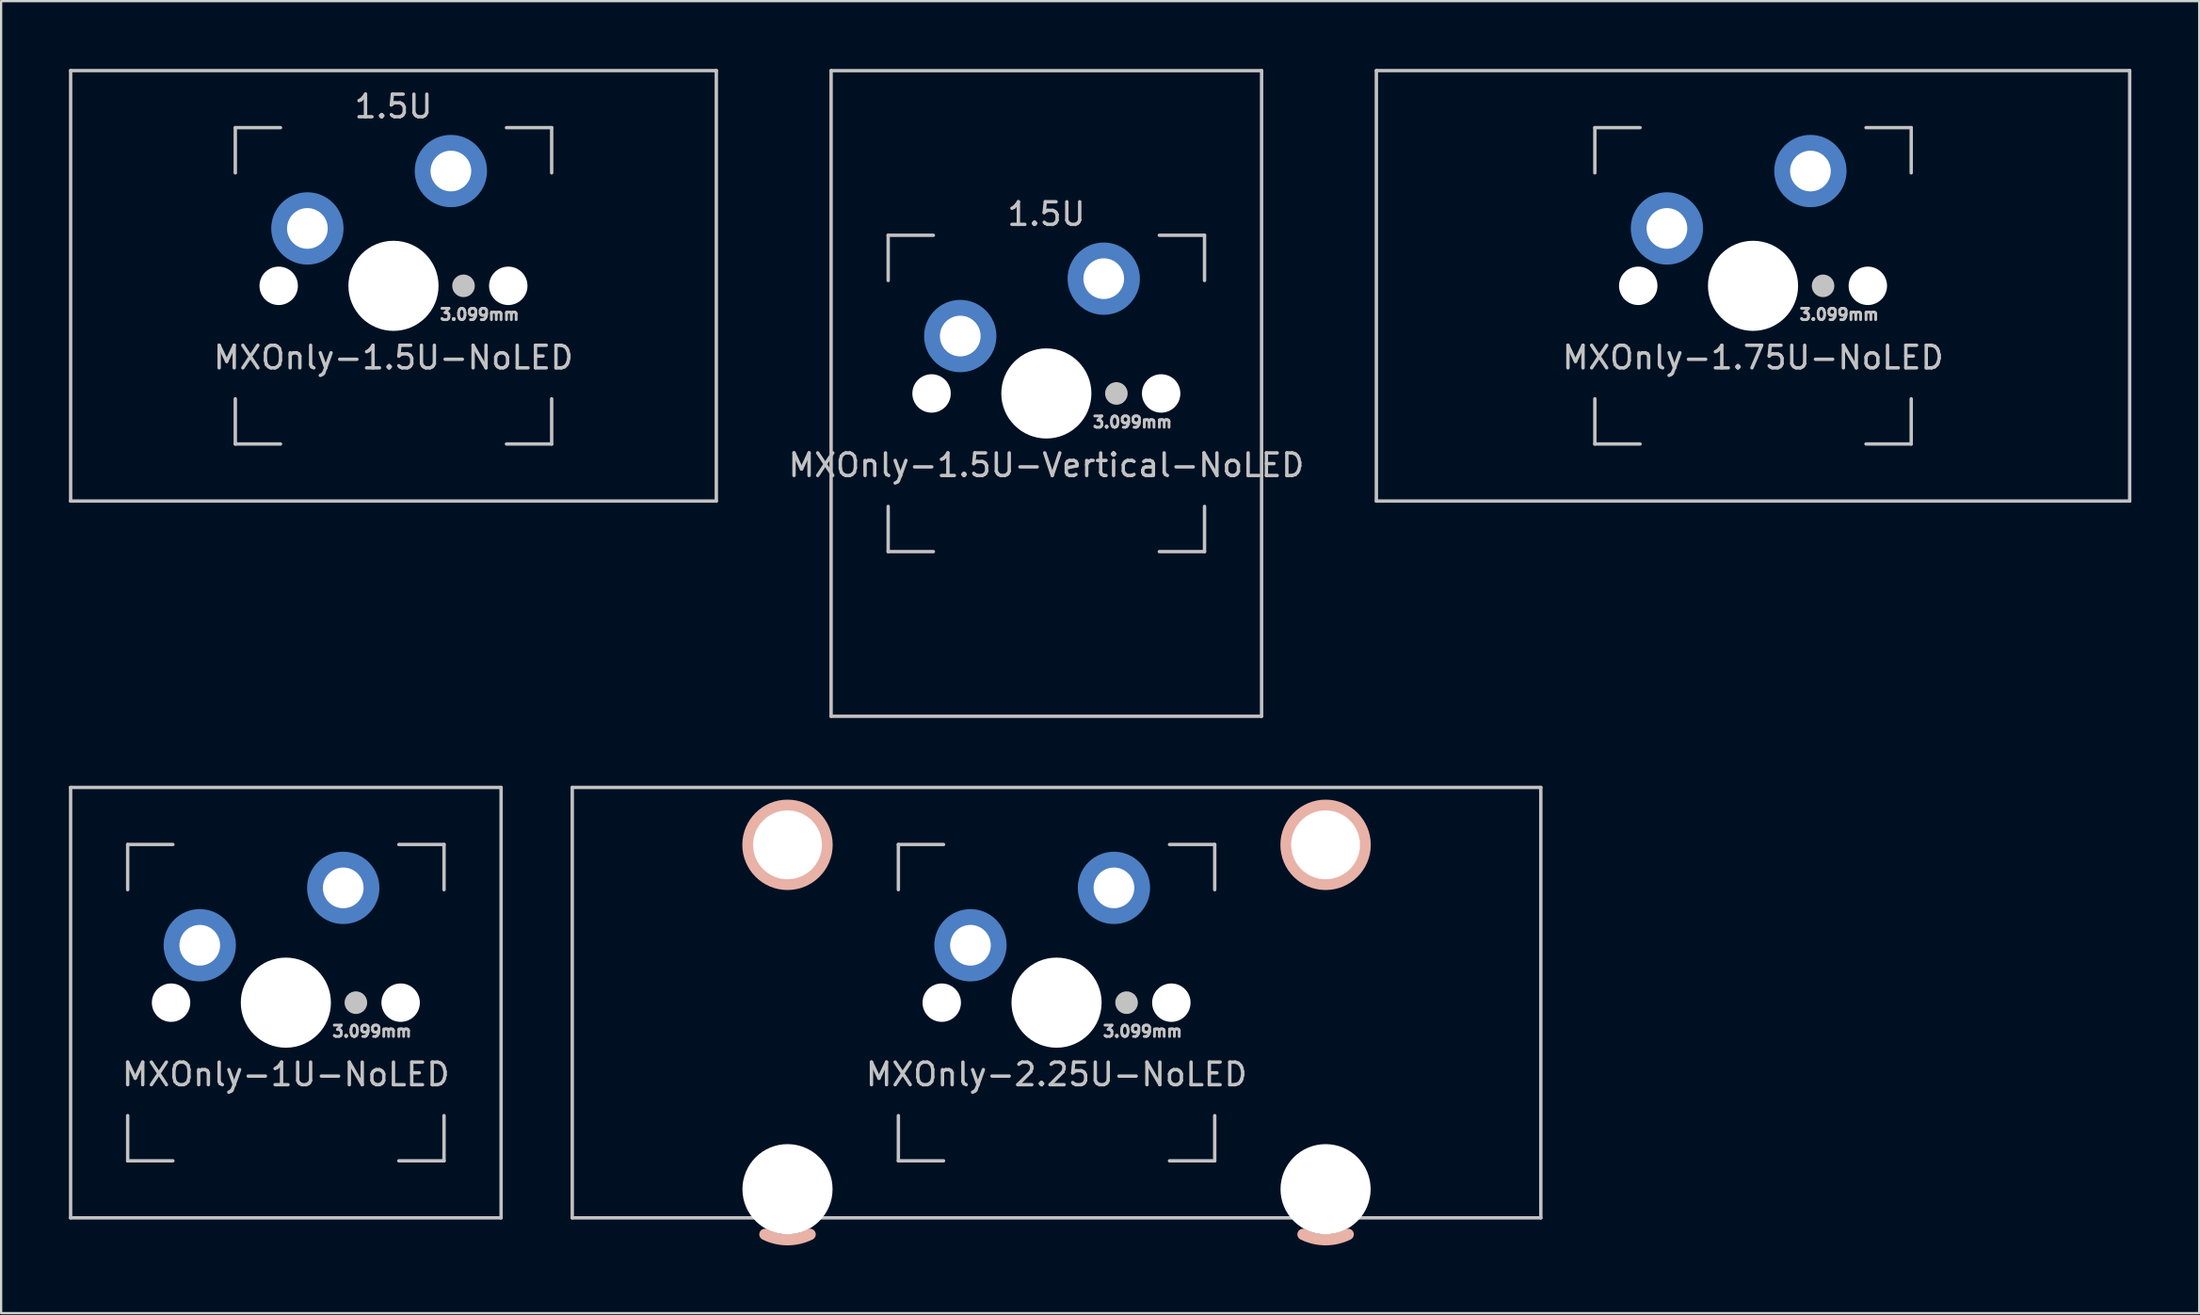
<source format=kicad_pcb>
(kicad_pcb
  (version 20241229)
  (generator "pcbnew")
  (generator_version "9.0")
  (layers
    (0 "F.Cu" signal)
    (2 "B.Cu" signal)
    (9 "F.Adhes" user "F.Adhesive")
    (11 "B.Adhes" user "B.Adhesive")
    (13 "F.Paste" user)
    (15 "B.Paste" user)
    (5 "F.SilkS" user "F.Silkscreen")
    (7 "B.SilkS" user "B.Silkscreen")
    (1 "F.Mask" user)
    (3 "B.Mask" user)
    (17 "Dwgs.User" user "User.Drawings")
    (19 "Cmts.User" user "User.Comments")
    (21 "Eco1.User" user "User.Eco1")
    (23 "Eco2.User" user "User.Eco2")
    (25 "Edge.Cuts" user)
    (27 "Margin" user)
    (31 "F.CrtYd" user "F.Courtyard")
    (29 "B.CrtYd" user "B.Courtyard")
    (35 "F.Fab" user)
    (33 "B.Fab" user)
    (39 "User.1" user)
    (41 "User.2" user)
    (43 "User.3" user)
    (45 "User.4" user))
  (footprint "MXOnly-2.25U-NoLED"
    (layer "F.Cu")
    (at 43.706 41.325)
    (property "Reference" "MXOnly-2.25U-NoLED" (at 0 3.175 0) (layer "Dwgs.User") (effects (font (size 1 1) (thickness 0.15))))
    (attr through_hole)
    (fp_arc (start -10.90625 10.255) (mid -11.905663 10.491068) (end -12.905199 10.255525) (stroke (width 0.5) (type solid)) (layer "B.SilkS"))
    (fp_arc (start 12.90625 10.255) (mid 11.906837 10.491068) (end 10.907301 10.255525) (stroke (width 0.5) (type solid)) (layer "B.SilkS"))
    (fp_circle (center -11.906 -6.985) (end -10.156 -6.985) (stroke (width 0.5) (type solid)) (fill no) (layer "B.SilkS"))
    (fp_circle (center 11.906 -6.985) (end 13.656 -6.985) (stroke (width 0.5) (type solid)) (fill no) (layer "B.SilkS"))
    (fp_line (start -21.431 -9.525) (end 21.431 -9.525) (stroke (width 0.15) (type solid)) (layer "Dwgs.User"))
    (fp_line (start -21.431 9.525) (end -21.431 -9.525) (stroke (width 0.15) (type solid)) (layer "Dwgs.User"))
    (fp_line (start -21.431 9.525) (end 21.431 9.525) (stroke (width 0.15) (type solid)) (layer "Dwgs.User"))
    (fp_line (start -7 -7) (end -7 -5) (stroke (width 0.15) (type solid)) (layer "Dwgs.User"))
    (fp_line (start -7 5) (end -7 7) (stroke (width 0.15) (type solid)) (layer "Dwgs.User"))
    (fp_line (start -7 7) (end -5 7) (stroke (width 0.15) (type solid)) (layer "Dwgs.User"))
    (fp_line (start -5 -7) (end -7 -7) (stroke (width 0.15) (type solid)) (layer "Dwgs.User"))
    (fp_line (start 5 -7) (end 7 -7) (stroke (width 0.15) (type solid)) (layer "Dwgs.User"))
    (fp_line (start 5 7) (end 7 7) (stroke (width 0.15) (type solid)) (layer "Dwgs.User"))
    (fp_line (start 7 -7) (end 7 -5) (stroke (width 0.15) (type solid)) (layer "Dwgs.User"))
    (fp_line (start 7 7) (end 7 5) (stroke (width 0.15) (type solid)) (layer "Dwgs.User"))
    (fp_line (start 21.431 -9.525) (end 21.431 9.525) (stroke (width 0.15) (type solid)) (layer "Dwgs.User"))
    (fp_text user "3.099mm" (at 3.81 1.27 0) (layer "Dwgs.User") (effects (font (size 0.5 0.5) (thickness 0.125))))
    (pad "" np_thru_hole circle (at -11.906 -6.985) (size 3.048 3.048) (drill 3.048) (layers "*.Cu" "*.Mask"))
    (pad "" np_thru_hole circle (at -11.906 8.255) (size 3.988 3.988) (drill 3.988) (layers "*.Cu" "*.Mask"))
    (pad "" np_thru_hole circle (at -5.08 0 48.099) (size 1.7 1.7) (drill 1.7) (layers "*.Cu" "*.Mask"))
    (pad "" smd circle (at -3.81 -2.54) (size 2.8 2.8) (layers "B.Mask"))
    (pad "" np_thru_hole circle (at 0 0) (size 3.988 3.988) (drill 3.988) (layers "*.Cu" "*.Mask"))
    (pad "" smd circle (at 2.54 -5.08) (size 2.8 2.8) (layers "B.Mask"))
    (pad "" smd circle (at 3.099 0) (size 1 1) (layers "Dwgs.User"))
    (pad "" np_thru_hole circle (at 5.08 0 48.099) (size 1.7 1.7) (drill 1.7) (layers "*.Cu" "*.Mask"))
    (pad "" np_thru_hole circle (at 11.906 -6.985) (size 3.048 3.048) (drill 3.048) (layers "*.Cu" "*.Mask"))
    (pad "" np_thru_hole circle (at 11.906 8.255) (size 3.988 3.988) (drill 3.988) (layers "*.Cu" "*.Mask"))
    (pad "1" thru_hole circle (at -3.81 -2.54) (size 2.4 2.4) (drill 1.8) (layers "*.Cu"))
    (pad "1" connect circle (at -3.81 -2.54) (size 3.2 3.2) (layers "B.Cu"))
    (pad "2" thru_hole circle (at 2.54 -5.08) (size 2.4 2.4) (drill 1.8) (layers "*.Cu"))
    (pad "2" connect circle (at 2.54 -5.08) (size 3.2 3.2) (layers "B.Cu")))
  (footprint "MXOnly-1.5U-NoLED"
    (layer "F.Cu")
    (at 14.363 9.6)
    (property "Reference" "MXOnly-1.5U-NoLED" (at 0 3.175 0) (layer "Dwgs.User") (effects (font (size 1 1) (thickness 0.15))))
    (attr through_hole)
    (fp_line (start -14.287 -9.525) (end 14.287 -9.525) (stroke (width 0.15) (type solid)) (layer "Dwgs.User"))
    (fp_line (start -14.287 9.525) (end -14.287 -9.525) (stroke (width 0.15) (type solid)) (layer "Dwgs.User"))
    (fp_line (start -14.287 9.525) (end 14.287 9.525) (stroke (width 0.15) (type solid)) (layer "Dwgs.User"))
    (fp_line (start -7 -7) (end -7 -5) (stroke (width 0.15) (type solid)) (layer "Dwgs.User"))
    (fp_line (start -7 5) (end -7 7) (stroke (width 0.15) (type solid)) (layer "Dwgs.User"))
    (fp_line (start -7 7) (end -5 7) (stroke (width 0.15) (type solid)) (layer "Dwgs.User"))
    (fp_line (start -5 -7) (end -7 -7) (stroke (width 0.15) (type solid)) (layer "Dwgs.User"))
    (fp_line (start 5 -7) (end 7 -7) (stroke (width 0.15) (type solid)) (layer "Dwgs.User"))
    (fp_line (start 5 7) (end 7 7) (stroke (width 0.15) (type solid)) (layer "Dwgs.User"))
    (fp_line (start 7 -7) (end 7 -5) (stroke (width 0.15) (type solid)) (layer "Dwgs.User"))
    (fp_line (start 7 7) (end 7 5) (stroke (width 0.15) (type solid)) (layer "Dwgs.User"))
    (fp_line (start 14.287 -9.525) (end 14.287 9.525) (stroke (width 0.15) (type solid)) (layer "Dwgs.User"))
    (fp_text user "1.5U" (at 0 -7.938 0) (layer "Dwgs.User") (effects (font (size 1 1) (thickness 0.15))))
    (fp_text user "3.099mm" (at 3.81 1.27 0) (layer "Dwgs.User") (effects (font (size 0.5 0.5) (thickness 0.125))))
    (pad "" np_thru_hole circle (at -5.08 0 48.099) (size 1.7 1.7) (drill 1.7) (layers "*.Cu" "*.Mask"))
    (pad "" smd circle (at -3.81 -2.54) (size 2.8 2.8) (layers "B.Mask"))
    (pad "" np_thru_hole circle (at 0 0) (size 3.988 3.988) (drill 3.988) (layers "*.Cu" "*.Mask"))
    (pad "" smd circle (at 2.54 -5.08) (size 2.8 2.8) (layers "B.Mask"))
    (pad "" smd circle (at 3.099 0) (size 1 1) (layers "Dwgs.User"))
    (pad "" np_thru_hole circle (at 5.08 0 48.099) (size 1.7 1.7) (drill 1.7) (layers "*.Cu" "*.Mask"))
    (pad "1" thru_hole circle (at -3.81 -2.54) (size 2.4 2.4) (drill 1.8) (layers "*.Cu"))
    (pad "1" connect circle (at -3.81 -2.54) (size 3.2 3.2) (layers "B.Cu"))
    (pad "2" thru_hole circle (at 2.54 -5.08) (size 2.4 2.4) (drill 1.8) (layers "*.Cu"))
    (pad "2" connect circle (at 2.54 -5.08) (size 3.2 3.2) (layers "B.Cu")))
  (footprint "MXOnly-1.5U-Vertical-NoLED"
    (layer "F.Cu")
    (at 43.255 14.363)
    (property "Reference" "MXOnly-1.5U-Vertical-NoLED" (at 0 3.175 0) (layer "Dwgs.User") (effects (font (size 1 1) (thickness 0.15))))
    (attr through_hole)
    (fp_line (start -9.525 -14.287) (end -9.525 14.287) (stroke (width 0.15) (type solid)) (layer "Dwgs.User"))
    (fp_line (start -7 -7) (end -7 -5) (stroke (width 0.15) (type solid)) (layer "Dwgs.User"))
    (fp_line (start -7 5) (end -7 7) (stroke (width 0.15) (type solid)) (layer "Dwgs.User"))
    (fp_line (start -7 7) (end -5 7) (stroke (width 0.15) (type solid)) (layer "Dwgs.User"))
    (fp_line (start -5 -7) (end -7 -7) (stroke (width 0.15) (type solid)) (layer "Dwgs.User"))
    (fp_line (start 5 -7) (end 7 -7) (stroke (width 0.15) (type solid)) (layer "Dwgs.User"))
    (fp_line (start 5 7) (end 7 7) (stroke (width 0.15) (type solid)) (layer "Dwgs.User"))
    (fp_line (start 7 -7) (end 7 -5) (stroke (width 0.15) (type solid)) (layer "Dwgs.User"))
    (fp_line (start 7 7) (end 7 5) (stroke (width 0.15) (type solid)) (layer "Dwgs.User"))
    (fp_line (start 9.525 -14.287) (end -9.525 -14.287) (stroke (width 0.15) (type solid)) (layer "Dwgs.User"))
    (fp_line (start 9.525 -14.287) (end 9.525 14.287) (stroke (width 0.15) (type solid)) (layer "Dwgs.User"))
    (fp_line (start 9.525 14.287) (end -9.525 14.287) (stroke (width 0.15) (type solid)) (layer "Dwgs.User"))
    (fp_text user "3.099mm" (at 3.81 1.27 0) (layer "Dwgs.User") (effects (font (size 0.5 0.5) (thickness 0.125))))
    (fp_text user "1.5U" (at 0 -7.938 0) (layer "Dwgs.User") (effects (font (size 1 1) (thickness 0.15))))
    (pad "" np_thru_hole circle (at -5.08 0 48.099) (size 1.7 1.7) (drill 1.7) (layers "*.Cu" "*.Mask"))
    (pad "" smd circle (at -3.81 -2.54) (size 2.8 2.8) (layers "B.Mask"))
    (pad "" np_thru_hole circle (at 0 0) (size 3.988 3.988) (drill 3.988) (layers "*.Cu" "*.Mask"))
    (pad "" smd circle (at 2.54 -5.08) (size 2.8 2.8) (layers "B.Mask"))
    (pad "" smd circle (at 3.099 0) (size 1 1) (layers "Dwgs.User"))
    (pad "" np_thru_hole circle (at 5.08 0 48.099) (size 1.7 1.7) (drill 1.7) (layers "*.Cu" "*.Mask"))
    (pad "1" thru_hole circle (at -3.81 -2.54) (size 2.4 2.4) (drill 1.8) (layers "*.Cu"))
    (pad "1" connect circle (at -3.81 -2.54) (size 3.2 3.2) (layers "B.Cu"))
    (pad "2" thru_hole circle (at 2.54 -5.08) (size 2.4 2.4) (drill 1.8) (layers "*.Cu"))
    (pad "2" connect circle (at 2.54 -5.08) (size 3.2 3.2) (layers "B.Cu")))
  (footprint "MXOnly-1.75U-NoLED"
    (layer "F.Cu")
    (at 74.528 9.6)
    (property "Reference" "MXOnly-1.75U-NoLED" (at 0 3.175 0) (layer "Dwgs.User") (effects (font (size 1 1) (thickness 0.15))))
    (attr through_hole)
    (fp_line (start -16.669 -9.525) (end 16.669 -9.525) (stroke (width 0.15) (type solid)) (layer "Dwgs.User"))
    (fp_line (start -16.669 9.525) (end -16.669 -9.525) (stroke (width 0.15) (type solid)) (layer "Dwgs.User"))
    (fp_line (start -16.669 9.525) (end 16.669 9.525) (stroke (width 0.15) (type solid)) (layer "Dwgs.User"))
    (fp_line (start -7 -7) (end -7 -5) (stroke (width 0.15) (type solid)) (layer "Dwgs.User"))
    (fp_line (start -7 5) (end -7 7) (stroke (width 0.15) (type solid)) (layer "Dwgs.User"))
    (fp_line (start -7 7) (end -5 7) (stroke (width 0.15) (type solid)) (layer "Dwgs.User"))
    (fp_line (start -5 -7) (end -7 -7) (stroke (width 0.15) (type solid)) (layer "Dwgs.User"))
    (fp_line (start 5 -7) (end 7 -7) (stroke (width 0.15) (type solid)) (layer "Dwgs.User"))
    (fp_line (start 5 7) (end 7 7) (stroke (width 0.15) (type solid)) (layer "Dwgs.User"))
    (fp_line (start 7 -7) (end 7 -5) (stroke (width 0.15) (type solid)) (layer "Dwgs.User"))
    (fp_line (start 7 7) (end 7 5) (stroke (width 0.15) (type solid)) (layer "Dwgs.User"))
    (fp_line (start 16.669 -9.525) (end 16.669 9.525) (stroke (width 0.15) (type solid)) (layer "Dwgs.User"))
    (fp_text user "3.099mm" (at 3.81 1.27 0) (layer "Dwgs.User") (effects (font (size 0.5 0.5) (thickness 0.125))))
    (pad "" np_thru_hole circle (at -5.08 0 48.099) (size 1.7 1.7) (drill 1.7) (layers "*.Cu" "*.Mask"))
    (pad "" smd circle (at -3.81 -2.54) (size 2.8 2.8) (layers "B.Mask"))
    (pad "" np_thru_hole circle (at 0 0) (size 3.988 3.988) (drill 3.988) (layers "*.Cu" "*.Mask"))
    (pad "" smd circle (at 2.54 -5.08) (size 2.8 2.8) (layers "B.Mask"))
    (pad "" smd circle (at 3.099 0) (size 1 1) (layers "Dwgs.User"))
    (pad "" np_thru_hole circle (at 5.08 0 48.099) (size 1.7 1.7) (drill 1.7) (layers "*.Cu" "*.Mask"))
    (pad "1" thru_hole circle (at -3.81 -2.54) (size 2.4 2.4) (drill 1.8) (layers "*.Cu"))
    (pad "1" connect circle (at -3.81 -2.54) (size 3.2 3.2) (layers "B.Cu"))
    (pad "2" thru_hole circle (at 2.54 -5.08) (size 2.4 2.4) (drill 1.8) (layers "*.Cu"))
    (pad "2" connect circle (at 2.54 -5.08) (size 3.2 3.2) (layers "B.Cu")))
  (footprint "MXOnly-1U-NoLED"
    (layer "F.Cu")
    (at 9.6 41.325)
    (property "Reference" "MXOnly-1U-NoLED" (at 0 3.175 0) (layer "Dwgs.User") (effects (font (size 1 1) (thickness 0.15))))
    (attr through_hole)
    (fp_line (start -9.525 -9.525) (end 9.525 -9.525) (stroke (width 0.15) (type solid)) (layer "Dwgs.User"))
    (fp_line (start -9.525 9.525) (end -9.525 -9.525) (stroke (width 0.15) (type solid)) (layer "Dwgs.User"))
    (fp_line (start -7 -7) (end -7 -5) (stroke (width 0.15) (type solid)) (layer "Dwgs.User"))
    (fp_line (start -7 5) (end -7 7) (stroke (width 0.15) (type solid)) (layer "Dwgs.User"))
    (fp_line (start -7 7) (end -5 7) (stroke (width 0.15) (type solid)) (layer "Dwgs.User"))
    (fp_line (start -5 -7) (end -7 -7) (stroke (width 0.15) (type solid)) (layer "Dwgs.User"))
    (fp_line (start 5 -7) (end 7 -7) (stroke (width 0.15) (type solid)) (layer "Dwgs.User"))
    (fp_line (start 5 7) (end 7 7) (stroke (width 0.15) (type solid)) (layer "Dwgs.User"))
    (fp_line (start 7 -7) (end 7 -5) (stroke (width 0.15) (type solid)) (layer "Dwgs.User"))
    (fp_line (start 7 7) (end 7 5) (stroke (width 0.15) (type solid)) (layer "Dwgs.User"))
    (fp_line (start 9.525 -9.525) (end 9.525 9.525) (stroke (width 0.15) (type solid)) (layer "Dwgs.User"))
    (fp_line (start 9.525 9.525) (end -9.525 9.525) (stroke (width 0.15) (type solid)) (layer "Dwgs.User"))
    (fp_text user "3.099mm" (at 3.81 1.27 0) (layer "Dwgs.User") (effects (font (size 0.5 0.5) (thickness 0.125))))
    (pad "" np_thru_hole circle (at -5.08 0 48.099) (size 1.7 1.7) (drill 1.7) (layers "*.Cu" "*.Mask"))
    (pad "" smd circle (at -3.81 -2.54) (size 2.8 2.8) (layers "B.Mask"))
    (pad "" np_thru_hole circle (at 0 0) (size 3.988 3.988) (drill 3.988) (layers "*.Cu" "*.Mask"))
    (pad "" smd circle (at 2.54 -5.08) (size 2.8 2.8) (layers "B.Mask"))
    (pad "" smd circle (at 3.099 0) (size 1 1) (layers "Dwgs.User"))
    (pad "" np_thru_hole circle (at 5.08 0 48.099) (size 1.7 1.7) (drill 1.7) (layers "*.Cu" "*.Mask"))
    (pad "1" thru_hole circle (at -3.81 -2.54) (size 2.4 2.4) (drill 1.8) (layers "*.Cu"))
    (pad "1" connect circle (at -3.81 -2.54) (size 3.2 3.2) (layers "B.Cu"))
    (pad "2" thru_hole circle (at 2.54 -5.08) (size 2.4 2.4) (drill 1.8) (layers "*.Cu"))
    (pad "2" connect circle (at 2.54 -5.08) (size 3.2 3.2) (layers "B.Cu")))
  (gr_rect
    (start -3 -3)
    (end 94.272 55.066)
    (stroke (width 0.1) (type default))
    (fill no)
    (layer "Edge.Cuts")))
</source>
